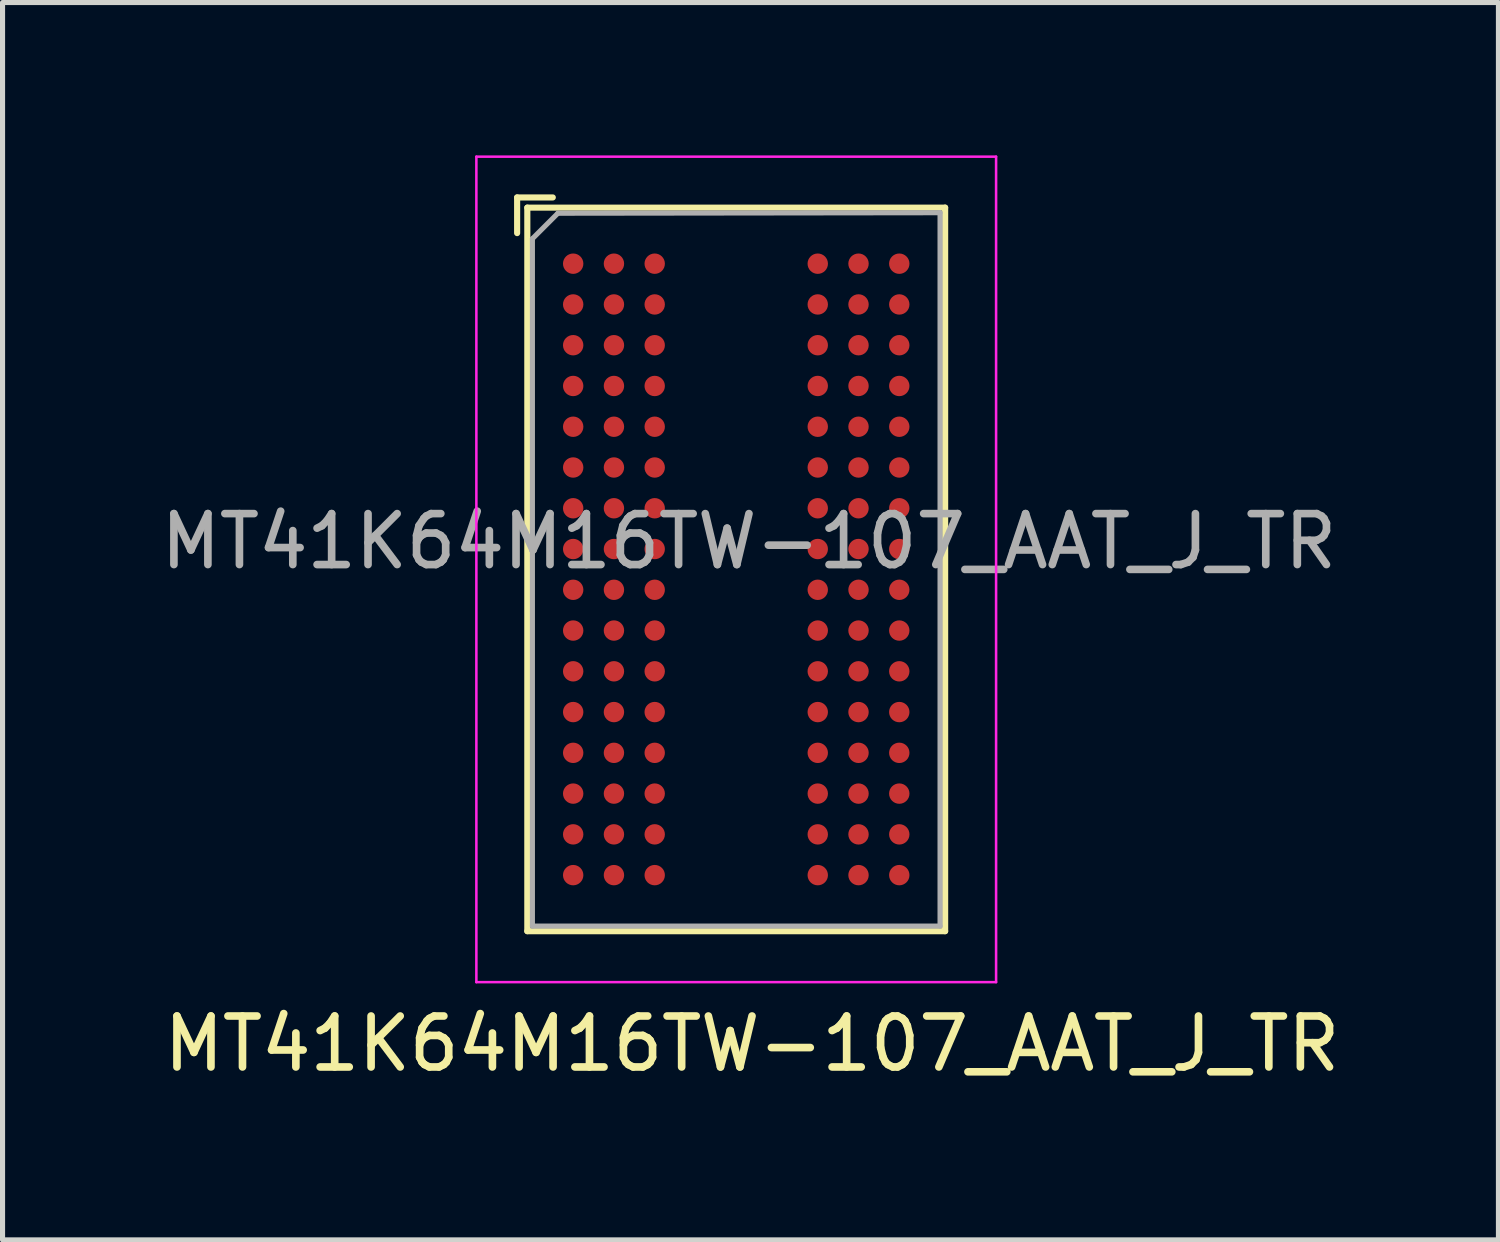
<source format=kicad_pcb>
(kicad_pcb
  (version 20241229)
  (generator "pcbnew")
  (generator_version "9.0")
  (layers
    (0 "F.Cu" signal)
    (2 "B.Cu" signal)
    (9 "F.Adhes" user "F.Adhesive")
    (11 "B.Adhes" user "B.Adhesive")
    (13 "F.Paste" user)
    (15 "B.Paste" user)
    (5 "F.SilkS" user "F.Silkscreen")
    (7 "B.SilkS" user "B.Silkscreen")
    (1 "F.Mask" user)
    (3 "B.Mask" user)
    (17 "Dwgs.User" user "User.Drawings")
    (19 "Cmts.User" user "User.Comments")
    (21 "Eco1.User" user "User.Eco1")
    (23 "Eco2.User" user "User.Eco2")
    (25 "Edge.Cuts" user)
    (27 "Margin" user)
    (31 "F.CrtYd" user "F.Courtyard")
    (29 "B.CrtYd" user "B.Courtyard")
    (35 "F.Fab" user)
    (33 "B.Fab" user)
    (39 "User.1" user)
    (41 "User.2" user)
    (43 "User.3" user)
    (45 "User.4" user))
  (footprint "MT41K64M16TW-107_AAT_J_TR"
    (layer "F.Cu")
    (at 11.399 0.655)
    (property "Reference" "MT41K64M16TW-107_AAT_J_TR" (at 0.31 16.78 0) (layer "F.SilkS") (effects (font (size 1 1) (thickness 0.15))))
    (attr through_hole)
    (fp_line (start -4.3 0.17) (end -4.3 0.87) (stroke (width 0.12) (type solid)) (layer "F.SilkS"))
    (fp_line (start -4.1 0.37) (end -4.1 14.57) (stroke (width 0.12) (type solid)) (layer "F.SilkS"))
    (fp_line (start -4.1 14.57) (end 4.1 14.57) (stroke (width 0.12) (type solid)) (layer "F.SilkS"))
    (fp_line (start -3.6 0.17) (end -4.3 0.17) (stroke (width 0.12) (type solid)) (layer "F.SilkS"))
    (fp_line (start 4.1 0.37) (end -4.1 0.37) (stroke (width 0.12) (type solid)) (layer "F.SilkS"))
    (fp_line (start 4.1 14.57) (end 4.1 0.37) (stroke (width 0.12) (type solid)) (layer "F.SilkS"))
    (fp_line (start -5.1 -0.63) (end -5.1 15.57) (stroke (width 0.05) (type solid)) (layer "F.CrtYd"))
    (fp_line (start -5.1 -0.63) (end 5.1 -0.63) (stroke (width 0.05) (type solid)) (layer "F.CrtYd"))
    (fp_line (start 5.1 15.57) (end -5.1 15.57) (stroke (width 0.05) (type solid)) (layer "F.CrtYd"))
    (fp_line (start 5.1 15.57) (end 5.1 -0.63) (stroke (width 0.05) (type solid)) (layer "F.CrtYd"))
    (fp_line (start -4 0.98) (end -4 14.47) (stroke (width 0.1) (type solid)) (layer "F.Fab"))
    (fp_line (start -4 14.47) (end 4 14.47) (stroke (width 0.1) (type solid)) (layer "F.Fab"))
    (fp_line (start -3.5 0.48) (end -4 0.98) (stroke (width 0.1) (type solid)) (layer "F.Fab"))
    (fp_line (start 4 0.47) (end -3.5 0.48) (stroke (width 0.1) (type solid)) (layer "F.Fab"))
    (fp_line (start 4 14.47) (end 4 0.47) (stroke (width 0.1) (type solid)) (layer "F.Fab"))
    (fp_text user "${REFERENCE}" (at 0.25 6.92 0) (layer "F.Fab") (effects (font (size 1 1) (thickness 0.15))))
    (pad "A1" smd circle (at -3.2 1.47) (size 0.4 0.4) (layers "F.Cu" "F.Mask" "F.Paste"))
    (pad "A2" smd circle (at -2.4 1.47) (size 0.4 0.4) (layers "F.Cu" "F.Mask" "F.Paste"))
    (pad "A3" smd circle (at -1.6 1.47) (size 0.4 0.4) (layers "F.Cu" "F.Mask" "F.Paste"))
    (pad "A7" smd circle (at 1.6 1.47) (size 0.4 0.4) (layers "F.Cu" "F.Mask" "F.Paste"))
    (pad "A8" smd circle (at 2.4 1.47) (size 0.4 0.4) (layers "F.Cu" "F.Mask" "F.Paste"))
    (pad "A9" smd circle (at 3.2 1.47) (size 0.4 0.4) (layers "F.Cu" "F.Mask" "F.Paste"))
    (pad "B1" smd circle (at -3.2 2.27) (size 0.4 0.4) (layers "F.Cu" "F.Mask" "F.Paste"))
    (pad "B2" smd circle (at -2.4 2.27) (size 0.4 0.4) (layers "F.Cu" "F.Mask" "F.Paste"))
    (pad "B3" smd circle (at -1.6 2.27) (size 0.4 0.4) (layers "F.Cu" "F.Mask" "F.Paste"))
    (pad "B7" smd circle (at 1.6 2.27) (size 0.4 0.4) (layers "F.Cu" "F.Mask" "F.Paste"))
    (pad "B8" smd circle (at 2.4 2.27) (size 0.4 0.4) (layers "F.Cu" "F.Mask" "F.Paste"))
    (pad "B9" smd circle (at 3.2 2.27) (size 0.4 0.4) (layers "F.Cu" "F.Mask" "F.Paste"))
    (pad "C1" smd circle (at -3.2 3.07) (size 0.4 0.4) (layers "F.Cu" "F.Mask" "F.Paste"))
    (pad "C2" smd circle (at -2.4 3.07) (size 0.4 0.4) (layers "F.Cu" "F.Mask" "F.Paste"))
    (pad "C3" smd circle (at -1.6 3.07) (size 0.4 0.4) (layers "F.Cu" "F.Mask" "F.Paste"))
    (pad "C7" smd circle (at 1.6 3.07) (size 0.4 0.4) (layers "F.Cu" "F.Mask" "F.Paste"))
    (pad "C8" smd circle (at 2.4 3.07) (size 0.4 0.4) (layers "F.Cu" "F.Mask" "F.Paste"))
    (pad "C9" smd circle (at 3.2 3.07) (size 0.4 0.4) (layers "F.Cu" "F.Mask" "F.Paste"))
    (pad "D1" smd circle (at -3.2 3.87) (size 0.4 0.4) (layers "F.Cu" "F.Mask" "F.Paste"))
    (pad "D2" smd circle (at -2.4 3.87) (size 0.4 0.4) (layers "F.Cu" "F.Mask" "F.Paste"))
    (pad "D3" smd circle (at -1.6 3.87) (size 0.4 0.4) (layers "F.Cu" "F.Mask" "F.Paste"))
    (pad "D7" smd circle (at 1.6 3.87) (size 0.4 0.4) (layers "F.Cu" "F.Mask" "F.Paste"))
    (pad "D8" smd circle (at 2.4 3.87) (size 0.4 0.4) (layers "F.Cu" "F.Mask" "F.Paste"))
    (pad "D9" smd circle (at 3.2 3.87) (size 0.4 0.4) (layers "F.Cu" "F.Mask" "F.Paste"))
    (pad "E1" smd circle (at -3.2 4.67) (size 0.4 0.4) (layers "F.Cu" "F.Mask" "F.Paste"))
    (pad "E2" smd circle (at -2.4 4.67) (size 0.4 0.4) (layers "F.Cu" "F.Mask" "F.Paste"))
    (pad "E3" smd circle (at -1.6 4.67) (size 0.4 0.4) (layers "F.Cu" "F.Mask" "F.Paste"))
    (pad "E7" smd circle (at 1.6 4.67) (size 0.4 0.4) (layers "F.Cu" "F.Mask" "F.Paste"))
    (pad "E8" smd circle (at 2.4 4.67) (size 0.4 0.4) (layers "F.Cu" "F.Mask" "F.Paste"))
    (pad "E9" smd circle (at 3.2 4.67) (size 0.4 0.4) (layers "F.Cu" "F.Mask" "F.Paste"))
    (pad "F1" smd circle (at -3.2 5.47) (size 0.4 0.4) (layers "F.Cu" "F.Mask" "F.Paste"))
    (pad "F2" smd circle (at -2.4 5.47) (size 0.4 0.4) (layers "F.Cu" "F.Mask" "F.Paste"))
    (pad "F3" smd circle (at -1.6 5.47) (size 0.4 0.4) (layers "F.Cu" "F.Mask" "F.Paste"))
    (pad "F7" smd circle (at 1.6 5.47) (size 0.4 0.4) (layers "F.Cu" "F.Mask" "F.Paste"))
    (pad "F8" smd circle (at 2.4 5.47) (size 0.4 0.4) (layers "F.Cu" "F.Mask" "F.Paste"))
    (pad "F9" smd circle (at 3.2 5.47) (size 0.4 0.4) (layers "F.Cu" "F.Mask" "F.Paste"))
    (pad "G1" smd circle (at -3.2 6.27) (size 0.4 0.4) (layers "F.Cu" "F.Mask" "F.Paste"))
    (pad "G2" smd circle (at -2.4 6.27) (size 0.4 0.4) (layers "F.Cu" "F.Mask" "F.Paste"))
    (pad "G3" smd circle (at -1.6 6.27) (size 0.4 0.4) (layers "F.Cu" "F.Mask" "F.Paste"))
    (pad "G7" smd circle (at 1.6 6.27) (size 0.4 0.4) (layers "F.Cu" "F.Mask" "F.Paste"))
    (pad "G8" smd circle (at 2.4 6.27) (size 0.4 0.4) (layers "F.Cu" "F.Mask" "F.Paste"))
    (pad "G9" smd circle (at 3.2 6.27) (size 0.4 0.4) (layers "F.Cu" "F.Mask" "F.Paste"))
    (pad "H1" smd circle (at -3.2 7.07) (size 0.4 0.4) (layers "F.Cu" "F.Mask" "F.Paste"))
    (pad "H2" smd circle (at -2.4 7.07) (size 0.4 0.4) (layers "F.Cu" "F.Mask" "F.Paste"))
    (pad "H3" smd circle (at -1.6 7.07) (size 0.4 0.4) (layers "F.Cu" "F.Mask" "F.Paste"))
    (pad "H7" smd circle (at 1.6 7.07) (size 0.4 0.4) (layers "F.Cu" "F.Mask" "F.Paste"))
    (pad "H8" smd circle (at 2.4 7.07) (size 0.4 0.4) (layers "F.Cu" "F.Mask" "F.Paste"))
    (pad "H9" smd circle (at 3.2 7.07) (size 0.4 0.4) (layers "F.Cu" "F.Mask" "F.Paste"))
    (pad "J1" smd circle (at -3.2 7.87) (size 0.4 0.4) (layers "F.Cu" "F.Mask" "F.Paste"))
    (pad "J2" smd circle (at -2.4 7.87) (size 0.4 0.4) (layers "F.Cu" "F.Mask" "F.Paste"))
    (pad "J3" smd circle (at -1.6 7.87) (size 0.4 0.4) (layers "F.Cu" "F.Mask" "F.Paste"))
    (pad "J7" smd circle (at 1.6 7.87) (size 0.4 0.4) (layers "F.Cu" "F.Mask" "F.Paste"))
    (pad "J8" smd circle (at 2.4 7.87) (size 0.4 0.4) (layers "F.Cu" "F.Mask" "F.Paste"))
    (pad "J9" smd circle (at 3.2 7.87) (size 0.4 0.4) (layers "F.Cu" "F.Mask" "F.Paste"))
    (pad "K1" smd circle (at -3.2 8.67) (size 0.4 0.4) (layers "F.Cu" "F.Mask" "F.Paste"))
    (pad "K2" smd circle (at -2.4 8.67) (size 0.4 0.4) (layers "F.Cu" "F.Mask" "F.Paste"))
    (pad "K3" smd circle (at -1.6 8.67) (size 0.4 0.4) (layers "F.Cu" "F.Mask" "F.Paste"))
    (pad "K7" smd circle (at 1.6 8.67) (size 0.4 0.4) (layers "F.Cu" "F.Mask" "F.Paste"))
    (pad "K8" smd circle (at 2.4 8.67) (size 0.4 0.4) (layers "F.Cu" "F.Mask" "F.Paste"))
    (pad "K9" smd circle (at 3.2 8.67) (size 0.4 0.4) (layers "F.Cu" "F.Mask" "F.Paste"))
    (pad "L1" smd circle (at -3.2 9.47) (size 0.4 0.4) (layers "F.Cu" "F.Mask" "F.Paste"))
    (pad "L2" smd circle (at -2.4 9.47) (size 0.4 0.4) (layers "F.Cu" "F.Mask" "F.Paste"))
    (pad "L3" smd circle (at -1.6 9.47) (size 0.4 0.4) (layers "F.Cu" "F.Mask" "F.Paste"))
    (pad "L7" smd circle (at 1.6 9.47) (size 0.4 0.4) (layers "F.Cu" "F.Mask" "F.Paste"))
    (pad "L8" smd circle (at 2.4 9.47) (size 0.4 0.4) (layers "F.Cu" "F.Mask" "F.Paste"))
    (pad "L9" smd circle (at 3.2 9.47) (size 0.4 0.4) (layers "F.Cu" "F.Mask" "F.Paste"))
    (pad "M1" smd circle (at -3.2 10.27) (size 0.4 0.4) (layers "F.Cu" "F.Mask" "F.Paste"))
    (pad "M2" smd circle (at -2.4 10.27) (size 0.4 0.4) (layers "F.Cu" "F.Mask" "F.Paste"))
    (pad "M3" smd circle (at -1.6 10.27) (size 0.4 0.4) (layers "F.Cu" "F.Mask" "F.Paste"))
    (pad "M7" smd circle (at 1.6 10.27) (size 0.4 0.4) (layers "F.Cu" "F.Mask" "F.Paste"))
    (pad "M8" smd circle (at 2.4 10.27) (size 0.4 0.4) (layers "F.Cu" "F.Mask" "F.Paste"))
    (pad "M9" smd circle (at 3.2 10.27) (size 0.4 0.4) (layers "F.Cu" "F.Mask" "F.Paste"))
    (pad "N1" smd circle (at -3.2 11.07) (size 0.4 0.4) (layers "F.Cu" "F.Mask" "F.Paste"))
    (pad "N2" smd circle (at -2.4 11.07) (size 0.4 0.4) (layers "F.Cu" "F.Mask" "F.Paste"))
    (pad "N3" smd circle (at -1.6 11.07) (size 0.4 0.4) (layers "F.Cu" "F.Mask" "F.Paste"))
    (pad "N7" smd circle (at 1.6 11.07) (size 0.4 0.4) (layers "F.Cu" "F.Mask" "F.Paste"))
    (pad "N8" smd circle (at 2.4 11.07) (size 0.4 0.4) (layers "F.Cu" "F.Mask" "F.Paste"))
    (pad "N9" smd circle (at 3.2 11.07) (size 0.4 0.4) (layers "F.Cu" "F.Mask" "F.Paste"))
    (pad "P1" smd circle (at -3.2 11.87) (size 0.4 0.4) (layers "F.Cu" "F.Mask" "F.Paste"))
    (pad "P2" smd circle (at -2.4 11.87) (size 0.4 0.4) (layers "F.Cu" "F.Mask" "F.Paste"))
    (pad "P3" smd circle (at -1.6 11.87) (size 0.4 0.4) (layers "F.Cu" "F.Mask" "F.Paste"))
    (pad "P7" smd circle (at 1.6 11.87) (size 0.4 0.4) (layers "F.Cu" "F.Mask" "F.Paste"))
    (pad "P8" smd circle (at 2.4 11.87) (size 0.4 0.4) (layers "F.Cu" "F.Mask" "F.Paste"))
    (pad "P9" smd circle (at 3.2 11.87) (size 0.4 0.4) (layers "F.Cu" "F.Mask" "F.Paste"))
    (pad "R1" smd circle (at -3.2 12.67) (size 0.4 0.4) (layers "F.Cu" "F.Mask" "F.Paste"))
    (pad "R2" smd circle (at -2.4 12.67) (size 0.4 0.4) (layers "F.Cu" "F.Mask" "F.Paste"))
    (pad "R3" smd circle (at -1.6 12.67) (size 0.4 0.4) (layers "F.Cu" "F.Mask" "F.Paste"))
    (pad "R7" smd circle (at 1.6 12.67) (size 0.4 0.4) (layers "F.Cu" "F.Mask" "F.Paste"))
    (pad "R8" smd circle (at 2.4 12.67) (size 0.4 0.4) (layers "F.Cu" "F.Mask" "F.Paste"))
    (pad "R9" smd circle (at 3.2 12.67) (size 0.4 0.4) (layers "F.Cu" "F.Mask" "F.Paste"))
    (pad "T1" smd circle (at -3.2 13.47) (size 0.4 0.4) (layers "F.Cu" "F.Mask" "F.Paste"))
    (pad "T2" smd circle (at -2.4 13.47) (size 0.4 0.4) (layers "F.Cu" "F.Mask" "F.Paste"))
    (pad "T3" smd circle (at -1.6 13.47) (size 0.4 0.4) (layers "F.Cu" "F.Mask" "F.Paste"))
    (pad "T7" smd circle (at 1.6 13.47) (size 0.4 0.4) (layers "F.Cu" "F.Mask" "F.Paste"))
    (pad "T8" smd circle (at 2.4 13.47) (size 0.4 0.4) (layers "F.Cu" "F.Mask" "F.Paste"))
    (pad "T9" smd circle (at 3.2 13.47) (size 0.4 0.4) (layers "F.Cu" "F.Mask" "F.Paste")))
  (gr_rect
    (start -3 -3)
    (end 26.358 21.283)
    (stroke (width 0.1) (type default))
    (fill no)
    (layer "Edge.Cuts")))
</source>
